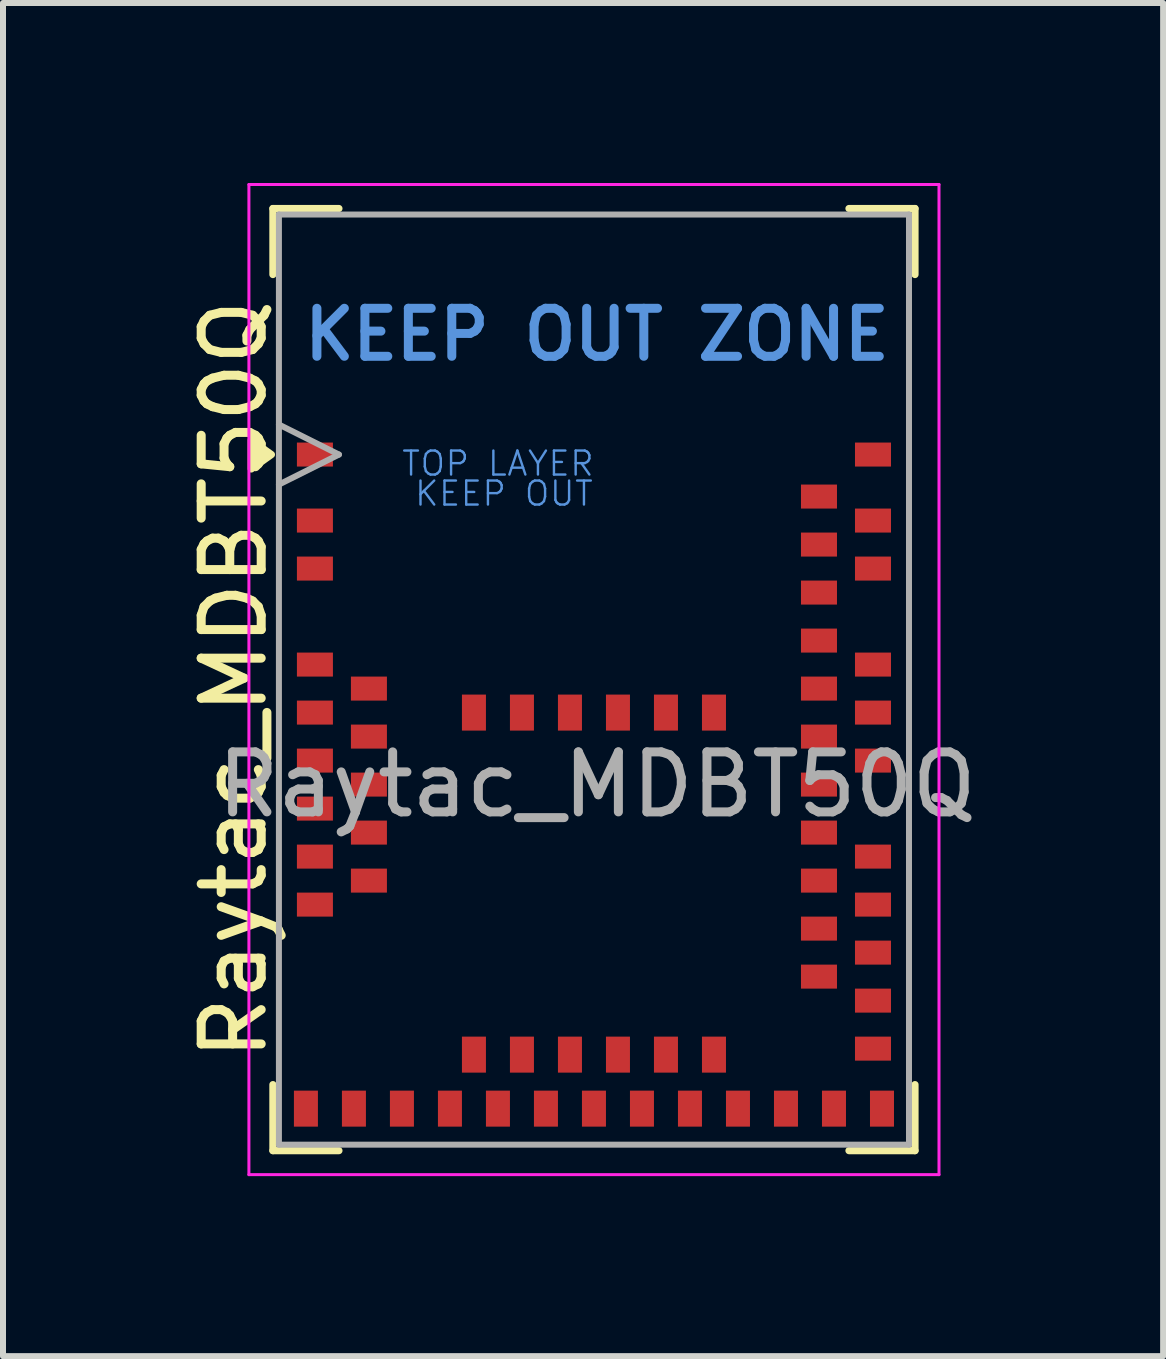
<source format=kicad_pcb>
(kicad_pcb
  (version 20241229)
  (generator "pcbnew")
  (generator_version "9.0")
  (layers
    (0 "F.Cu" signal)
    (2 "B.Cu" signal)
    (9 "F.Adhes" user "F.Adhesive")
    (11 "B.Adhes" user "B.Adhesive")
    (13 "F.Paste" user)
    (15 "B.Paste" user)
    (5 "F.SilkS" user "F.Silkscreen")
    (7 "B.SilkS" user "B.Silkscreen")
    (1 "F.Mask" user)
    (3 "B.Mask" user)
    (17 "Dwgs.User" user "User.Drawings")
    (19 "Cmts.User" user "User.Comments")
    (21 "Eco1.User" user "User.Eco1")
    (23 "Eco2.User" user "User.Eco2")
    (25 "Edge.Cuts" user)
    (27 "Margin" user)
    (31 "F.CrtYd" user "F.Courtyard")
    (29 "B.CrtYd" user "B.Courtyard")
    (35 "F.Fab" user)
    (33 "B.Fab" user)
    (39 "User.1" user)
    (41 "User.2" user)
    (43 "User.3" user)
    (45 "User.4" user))
  (footprint "Raytac_MDBT50Q"
    (layer "F.Cu")
    (at 6.848 8.275)
    (property "Reference" "Raytac_MDBT50Q" (at -6 0 270) (layer "F.SilkS") (effects (font (size 1 1) (thickness 0.15))))
    (attr smd)
    (fp_line (start -5.35 -7.85) (end -5.35 -6.75) (stroke (width 0.12) (type solid)) (layer "F.SilkS"))
    (fp_line (start -5.35 6.75) (end -5.35 7.85) (stroke (width 0.12) (type solid)) (layer "F.SilkS"))
    (fp_line (start -5.35 7.85) (end -4.25 7.85) (stroke (width 0.12) (type solid)) (layer "F.SilkS"))
    (fp_line (start -4.25 -7.85) (end -5.35 -7.85) (stroke (width 0.12) (type solid)) (layer "F.SilkS"))
    (fp_line (start 4.25 -7.85) (end 5.35 -7.85) (stroke (width 0.12) (type solid)) (layer "F.SilkS"))
    (fp_line (start 5.35 -7.85) (end 5.35 -6.75) (stroke (width 0.12) (type solid)) (layer "F.SilkS"))
    (fp_line (start 5.35 6.75) (end 5.35 7.85) (stroke (width 0.12) (type solid)) (layer "F.SilkS"))
    (fp_line (start 5.35 7.85) (end 4.25 7.85) (stroke (width 0.12) (type solid)) (layer "F.SilkS"))
    (fp_poly (pts (xy -5.375 -3.75) (xy -5.711 -3.51) (xy -5.711 -3.99) (xy -5.375 -3.75)) (stroke (width 0.12) (type solid)) (fill yes) (layer "F.SilkS"))
    (fp_line (start -5.75 -8.25) (end -5.75 8.25) (stroke (width 0.05) (type solid)) (layer "F.CrtYd"))
    (fp_line (start -5.75 -8.25) (end 5.75 -8.25) (stroke (width 0.05) (type solid)) (layer "F.CrtYd"))
    (fp_line (start -5.75 8.25) (end 5.75 8.25) (stroke (width 0.05) (type solid)) (layer "F.CrtYd"))
    (fp_line (start 5.75 -8.25) (end 5.75 8.25) (stroke (width 0.05) (type solid)) (layer "F.CrtYd"))
    (fp_line (start -5.25 -7.75) (end 5.25 -7.75) (stroke (width 0.1) (type solid)) (layer "F.Fab"))
    (fp_line (start -5.25 7.75) (end -5.25 -7.75) (stroke (width 0.1) (type solid)) (layer "F.Fab"))
    (fp_line (start -4.25 -3.75) (end -5.25 -4.25) (stroke (width 0.1) (type solid)) (layer "F.Fab"))
    (fp_line (start -4.25 -3.75) (end -5.25 -3.25) (stroke (width 0.1) (type solid)) (layer "F.Fab"))
    (fp_line (start 5.25 -7.75) (end 5.25 7.75) (stroke (width 0.1) (type solid)) (layer "F.Fab"))
    (fp_line (start 5.25 7.75) (end -5.25 7.75) (stroke (width 0.1) (type solid)) (layer "F.Fab"))
    (fp_text user "KEEP OUT ZONE" (at 0.05 -5.75 0) (layer "Cmts.User") (effects (font (size 0.8 0.8) (thickness 0.15))))
    (fp_text user "KEEP OUT" (at -1.5 -3.1 0) (layer "Cmts.User") (effects (font (size 0.4 0.4) (thickness 0.04))))
    (fp_text user "TOP LAYER" (at -1.6 -3.6 0) (layer "Cmts.User") (effects (font (size 0.4 0.4) (thickness 0.04))))
    (fp_text user "${REFERENCE}" (at 0.05 1.75 0) (layer "F.Fab") (effects (font (size 1 1) (thickness 0.15))))
    (pad "1" smd rect (at -4.65 -3.75) (size 0.6 0.4) (layers "F.Cu" "F.Mask" "F.Paste"))
    (pad "2" smd rect (at -4.65 -2.65) (size 0.6 0.4) (layers "F.Cu" "F.Mask" "F.Paste"))
    (pad "3" smd rect (at -4.65 -1.85) (size 0.6 0.4) (layers "F.Cu" "F.Mask" "F.Paste"))
    (pad "4" smd rect (at -4.65 -0.25) (size 0.6 0.4) (layers "F.Cu" "F.Mask" "F.Paste"))
    (pad "5" smd rect (at -3.75 0.15) (size 0.6 0.4) (layers "F.Cu" "F.Mask" "F.Paste"))
    (pad "6" smd rect (at -4.65 0.55) (size 0.6 0.4) (layers "F.Cu" "F.Mask" "F.Paste"))
    (pad "7" smd rect (at -3.75 0.95) (size 0.6 0.4) (layers "F.Cu" "F.Mask" "F.Paste"))
    (pad "8" smd rect (at -4.65 1.35) (size 0.6 0.4) (layers "F.Cu" "F.Mask" "F.Paste"))
    (pad "9" smd rect (at -3.75 1.75) (size 0.6 0.4) (layers "F.Cu" "F.Mask" "F.Paste"))
    (pad "10" smd rect (at -4.65 2.15) (size 0.6 0.4) (layers "F.Cu" "F.Mask" "F.Paste"))
    (pad "11" smd rect (at -3.75 2.55) (size 0.6 0.4) (layers "F.Cu" "F.Mask" "F.Paste"))
    (pad "12" smd rect (at -4.65 2.95) (size 0.6 0.4) (layers "F.Cu" "F.Mask" "F.Paste"))
    (pad "13" smd rect (at -3.75 3.35) (size 0.6 0.4) (layers "F.Cu" "F.Mask" "F.Paste"))
    (pad "14" smd rect (at -4.65 3.75) (size 0.6 0.4) (layers "F.Cu" "F.Mask" "F.Paste"))
    (pad "15" smd rect (at -4.8 7.15 90) (size 0.6 0.4) (layers "F.Cu" "F.Mask" "F.Paste"))
    (pad "16" smd rect (at -4 7.15 90) (size 0.6 0.4) (layers "F.Cu" "F.Mask" "F.Paste"))
    (pad "17" smd rect (at -3.2 7.15 90) (size 0.6 0.4) (layers "F.Cu" "F.Mask" "F.Paste"))
    (pad "18" smd rect (at -2.4 7.15 90) (size 0.6 0.4) (layers "F.Cu" "F.Mask" "F.Paste"))
    (pad "19" smd rect (at -2 6.25 90) (size 0.6 0.4) (layers "F.Cu" "F.Mask" "F.Paste"))
    (pad "20" smd rect (at -1.6 7.15 90) (size 0.6 0.4) (layers "F.Cu" "F.Mask" "F.Paste"))
    (pad "21" smd rect (at -1.2 6.25 90) (size 0.6 0.4) (layers "F.Cu" "F.Mask" "F.Paste"))
    (pad "22" smd rect (at -0.8 7.15 90) (size 0.6 0.4) (layers "F.Cu" "F.Mask" "F.Paste"))
    (pad "23" smd rect (at -0.4 6.25 90) (size 0.6 0.4) (layers "F.Cu" "F.Mask" "F.Paste"))
    (pad "24" smd rect (at 0 7.15 90) (size 0.6 0.4) (layers "F.Cu" "F.Mask" "F.Paste"))
    (pad "25" smd rect (at 0.4 6.25 90) (size 0.6 0.4) (layers "F.Cu" "F.Mask" "F.Paste"))
    (pad "26" smd rect (at 0.8 7.15 90) (size 0.6 0.4) (layers "F.Cu" "F.Mask" "F.Paste"))
    (pad "27" smd rect (at 1.2 6.25 90) (size 0.6 0.4) (layers "F.Cu" "F.Mask" "F.Paste"))
    (pad "28" smd rect (at 1.6 7.15 90) (size 0.6 0.4) (layers "F.Cu" "F.Mask" "F.Paste"))
    (pad "29" smd rect (at 2 6.25 90) (size 0.6 0.4) (layers "F.Cu" "F.Mask" "F.Paste"))
    (pad "30" smd rect (at 2.4 7.15 90) (size 0.6 0.4) (layers "F.Cu" "F.Mask" "F.Paste"))
    (pad "31" smd rect (at 3.2 7.15 90) (size 0.6 0.4) (layers "F.Cu" "F.Mask" "F.Paste"))
    (pad "32" smd rect (at 4 7.15 90) (size 0.6 0.4) (layers "F.Cu" "F.Mask" "F.Paste"))
    (pad "33" smd rect (at 4.8 7.15 90) (size 0.6 0.4) (layers "F.Cu" "F.Mask" "F.Paste"))
    (pad "34" smd rect (at 4.65 6.15) (size 0.6 0.4) (layers "F.Cu" "F.Mask" "F.Paste"))
    (pad "35" smd rect (at 4.65 5.35) (size 0.6 0.4) (layers "F.Cu" "F.Mask" "F.Paste"))
    (pad "36" smd rect (at 3.75 4.95) (size 0.6 0.4) (layers "F.Cu" "F.Mask" "F.Paste"))
    (pad "37" smd rect (at 4.65 4.55) (size 0.6 0.4) (layers "F.Cu" "F.Mask" "F.Paste"))
    (pad "38" smd rect (at 3.75 4.15) (size 0.6 0.4) (layers "F.Cu" "F.Mask" "F.Paste"))
    (pad "39" smd rect (at 4.65 3.75) (size 0.6 0.4) (layers "F.Cu" "F.Mask" "F.Paste"))
    (pad "40" smd rect (at 3.75 3.35) (size 0.6 0.4) (layers "F.Cu" "F.Mask" "F.Paste"))
    (pad "41" smd rect (at 4.65 2.95) (size 0.6 0.4) (layers "F.Cu" "F.Mask" "F.Paste"))
    (pad "42" smd rect (at 3.75 2.55) (size 0.6 0.4) (layers "F.Cu" "F.Mask" "F.Paste"))
    (pad "43" smd rect (at 3.75 1.75) (size 0.6 0.4) (layers "F.Cu" "F.Mask" "F.Paste"))
    (pad "44" smd rect (at 4.65 1.35) (size 0.6 0.4) (layers "F.Cu" "F.Mask" "F.Paste"))
    (pad "45" smd rect (at 3.75 0.95) (size 0.6 0.4) (layers "F.Cu" "F.Mask" "F.Paste"))
    (pad "46" smd rect (at 4.65 0.55) (size 0.6 0.4) (layers "F.Cu" "F.Mask" "F.Paste"))
    (pad "47" smd rect (at 3.75 0.15) (size 0.6 0.4) (layers "F.Cu" "F.Mask" "F.Paste"))
    (pad "48" smd rect (at 4.65 -0.25) (size 0.6 0.4) (layers "F.Cu" "F.Mask" "F.Paste"))
    (pad "49" smd rect (at 3.75 -0.65) (size 0.6 0.4) (layers "F.Cu" "F.Mask" "F.Paste"))
    (pad "50" smd rect (at 3.75 -1.45) (size 0.6 0.4) (layers "F.Cu" "F.Mask" "F.Paste"))
    (pad "51" smd rect (at 4.65 -1.85) (size 0.6 0.4) (layers "F.Cu" "F.Mask" "F.Paste"))
    (pad "52" smd rect (at 3.75 -2.25) (size 0.6 0.4) (layers "F.Cu" "F.Mask" "F.Paste"))
    (pad "53" smd rect (at 4.65 -2.65) (size 0.6 0.4) (layers "F.Cu" "F.Mask" "F.Paste"))
    (pad "54" smd rect (at 3.75 -3.05) (size 0.6 0.4) (layers "F.Cu" "F.Mask" "F.Paste"))
    (pad "55" smd rect (at 4.65 -3.75) (size 0.6 0.4) (layers "F.Cu" "F.Mask" "F.Paste"))
    (pad "56" smd rect (at -2 0.55 90) (size 0.6 0.4) (layers "F.Cu" "F.Mask" "F.Paste"))
    (pad "57" smd rect (at -1.2 0.55 90) (size 0.6 0.4) (layers "F.Cu" "F.Mask" "F.Paste"))
    (pad "58" smd rect (at -0.4 0.55 90) (size 0.6 0.4) (layers "F.Cu" "F.Mask" "F.Paste"))
    (pad "59" smd rect (at 0.4 0.55 90) (size 0.6 0.4) (layers "F.Cu" "F.Mask" "F.Paste"))
    (pad "60" smd rect (at 1.2 0.55 90) (size 0.6 0.4) (layers "F.Cu" "F.Mask" "F.Paste"))
    (pad "61" smd rect (at 2 0.55 90) (size 0.6 0.4) (layers "F.Cu" "F.Mask" "F.Paste"))
    (zone (net_name "") (layer "F.Cu") (hatch full 0.508) (connect_pads) (min_thickness 0.254) (filled_areas_thickness no) (keepout (tracks not_allowed) (vias not_allowed) (pads not_allowed) (copperpour not_allowed) (footprints not_allowed)) (placement (enabled no)) (fill) (polygon (pts (xy 6.148 5.525) (xy 4.548 5.525) (xy 4.548 4.325) (xy 6.148 4.325))))
    (zone (net_name "") (layers "F.Cu" "B.Cu") (hatch full 0.508) (connect_pads) (min_thickness 0.254) (filled_areas_thickness no) (keepout (tracks not_allowed) (vias not_allowed) (pads not_allowed) (copperpour not_allowed) (footprints not_allowed)) (placement (enabled no)) (fill) (polygon (pts (xy 0.648 4.275) (xy 13.048 4.275) (xy 13.048 0.525) (xy 0.648 0.525)))))
  (gr_rect
    (start -3 -3)
    (end 16.333 19.55)
    (stroke (width 0.1) (type default))
    (fill no)
    (layer "Edge.Cuts")))
</source>
